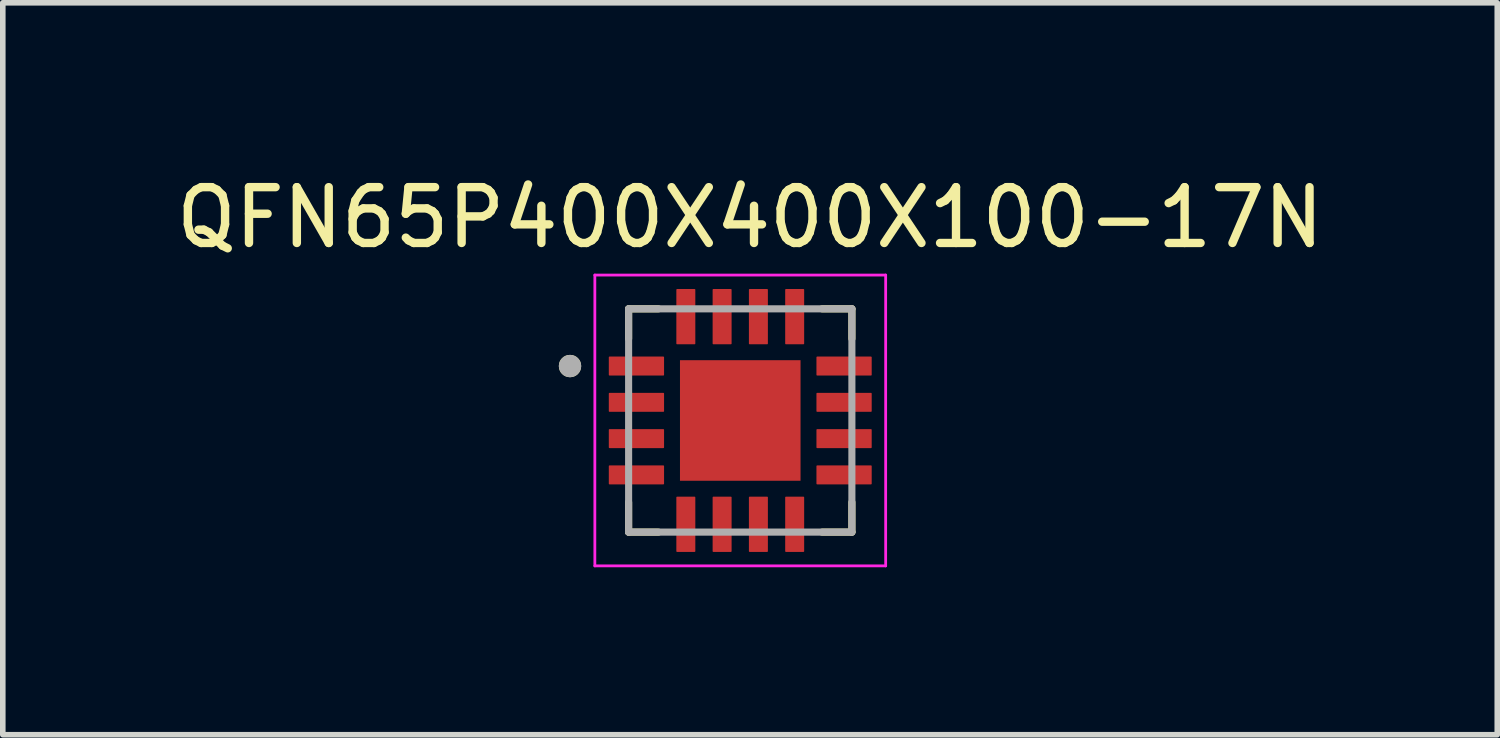
<source format=kicad_pcb>
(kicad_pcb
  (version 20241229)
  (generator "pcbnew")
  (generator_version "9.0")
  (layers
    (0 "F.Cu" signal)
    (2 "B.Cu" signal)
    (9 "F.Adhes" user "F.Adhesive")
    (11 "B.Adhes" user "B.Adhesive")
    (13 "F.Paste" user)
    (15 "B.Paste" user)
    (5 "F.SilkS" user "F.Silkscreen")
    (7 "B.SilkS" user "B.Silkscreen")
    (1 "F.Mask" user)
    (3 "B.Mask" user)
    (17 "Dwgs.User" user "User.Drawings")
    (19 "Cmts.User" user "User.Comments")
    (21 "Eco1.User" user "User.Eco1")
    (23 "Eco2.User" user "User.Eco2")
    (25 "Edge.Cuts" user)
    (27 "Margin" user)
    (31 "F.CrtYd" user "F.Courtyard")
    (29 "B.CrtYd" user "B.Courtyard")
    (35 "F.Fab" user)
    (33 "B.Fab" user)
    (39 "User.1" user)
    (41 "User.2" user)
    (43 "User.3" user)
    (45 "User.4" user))
  (footprint "QFN65P400X400X100-17N"
    (layer "F.Cu")
    (at 10.212 4.483)
    (property "Reference" "QFN65P400X400X100-17N" (at 0.175 -3.635 0) (layer "F.SilkS") (effects (font (size 1 1) (thickness 0.15))))
    (attr through_hole)
    (fp_line (start -2 -2) (end -2 -1.465) (stroke (width 0.127) (type solid)) (layer "F.SilkS"))
    (fp_line (start -2 -2) (end -1.465 -2) (stroke (width 0.127) (type solid)) (layer "F.SilkS"))
    (fp_line (start -2 2) (end -2 1.465) (stroke (width 0.127) (type solid)) (layer "F.SilkS"))
    (fp_line (start -2 2) (end -1.465 2) (stroke (width 0.127) (type solid)) (layer "F.SilkS"))
    (fp_line (start 2 -2) (end 1.465 -2) (stroke (width 0.127) (type solid)) (layer "F.SilkS"))
    (fp_line (start 2 -2) (end 2 -1.465) (stroke (width 0.127) (type solid)) (layer "F.SilkS"))
    (fp_line (start 2 2) (end 1.465 2) (stroke (width 0.127) (type solid)) (layer "F.SilkS"))
    (fp_line (start 2 2) (end 2 1.465) (stroke (width 0.127) (type solid)) (layer "F.SilkS"))
    (fp_circle (center -3.05 -0.975) (end -2.95 -0.975) (stroke (width 0.2) (type solid)) (fill no) (layer "F.SilkS"))
    (fp_poly (pts (xy -0.68 -0.68) (xy 0.68 -0.68) (xy 0.68 0.68) (xy -0.68 0.68)) (stroke (width 0.01) (type solid)) (fill yes) (layer "F.Paste"))
    (fp_line (start -2.605 -2.605) (end 2.605 -2.605) (stroke (width 0.05) (type solid)) (layer "F.CrtYd"))
    (fp_line (start -2.605 2.605) (end -2.605 -2.605) (stroke (width 0.05) (type solid)) (layer "F.CrtYd"))
    (fp_line (start -2.605 2.605) (end 2.605 2.605) (stroke (width 0.05) (type solid)) (layer "F.CrtYd"))
    (fp_line (start 2.605 2.605) (end 2.605 -2.605) (stroke (width 0.05) (type solid)) (layer "F.CrtYd"))
    (fp_line (start -2 2) (end -2 -2) (stroke (width 0.127) (type solid)) (layer "F.Fab"))
    (fp_line (start 2 -2) (end -2 -2) (stroke (width 0.127) (type solid)) (layer "F.Fab"))
    (fp_line (start 2 2) (end -2 2) (stroke (width 0.127) (type solid)) (layer "F.Fab"))
    (fp_line (start 2 2) (end 2 -2) (stroke (width 0.127) (type solid)) (layer "F.Fab"))
    (fp_circle (center -3.05 -0.975) (end -2.95 -0.975) (stroke (width 0.2) (type solid)) (fill no) (layer "F.Fab"))
    (pad "1" smd roundrect (at -1.86 -0.975) (size 0.99 0.34) (layers "F.Cu" "F.Mask" "F.Paste") (roundrect_rratio 0.04))
    (pad "2" smd roundrect (at -1.86 -0.325) (size 0.99 0.34) (layers "F.Cu" "F.Mask" "F.Paste") (roundrect_rratio 0.04))
    (pad "3" smd roundrect (at -1.86 0.325) (size 0.99 0.34) (layers "F.Cu" "F.Mask" "F.Paste") (roundrect_rratio 0.04))
    (pad "4" smd roundrect (at -1.86 0.975) (size 0.99 0.34) (layers "F.Cu" "F.Mask" "F.Paste") (roundrect_rratio 0.04))
    (pad "5" smd roundrect (at -0.975 1.86 90) (size 0.99 0.34) (layers "F.Cu" "F.Mask" "F.Paste") (roundrect_rratio 0.04))
    (pad "6" smd roundrect (at -0.325 1.86 90) (size 0.99 0.34) (layers "F.Cu" "F.Mask" "F.Paste") (roundrect_rratio 0.04))
    (pad "7" smd roundrect (at 0.325 1.86 90) (size 0.99 0.34) (layers "F.Cu" "F.Mask" "F.Paste") (roundrect_rratio 0.04))
    (pad "8" smd roundrect (at 0.975 1.86 90) (size 0.99 0.34) (layers "F.Cu" "F.Mask" "F.Paste") (roundrect_rratio 0.04))
    (pad "9" smd roundrect (at 1.86 0.975) (size 0.99 0.34) (layers "F.Cu" "F.Mask" "F.Paste") (roundrect_rratio 0.04))
    (pad "10" smd roundrect (at 1.86 0.325) (size 0.99 0.34) (layers "F.Cu" "F.Mask" "F.Paste") (roundrect_rratio 0.04))
    (pad "11" smd roundrect (at 1.86 -0.325) (size 0.99 0.34) (layers "F.Cu" "F.Mask" "F.Paste") (roundrect_rratio 0.04))
    (pad "12" smd roundrect (at 1.86 -0.975) (size 0.99 0.34) (layers "F.Cu" "F.Mask" "F.Paste") (roundrect_rratio 0.04))
    (pad "13" smd roundrect (at 0.975 -1.86 90) (size 0.99 0.34) (layers "F.Cu" "F.Mask" "F.Paste") (roundrect_rratio 0.04))
    (pad "14" smd roundrect (at 0.325 -1.86 90) (size 0.99 0.34) (layers "F.Cu" "F.Mask" "F.Paste") (roundrect_rratio 0.04))
    (pad "15" smd roundrect (at -0.325 -1.86 90) (size 0.99 0.34) (layers "F.Cu" "F.Mask" "F.Paste") (roundrect_rratio 0.04))
    (pad "16" smd roundrect (at -0.975 -1.86 90) (size 0.99 0.34) (layers "F.Cu" "F.Mask" "F.Paste") (roundrect_rratio 0.04))
    (pad "17" smd rect (at 0 0) (size 2.16 2.16) (layers "F.Cu" "F.Mask"))
    (zone (net_name "") (layers "F.Cu" "B.Cu") (hatch full 0.508) (connect_pads) (min_thickness 0.01) (filled_areas_thickness no) (keepout (tracks allowed) (vias not_allowed) (pads allowed) (copperpour allowed) (footprints allowed)) (placement (enabled no)) (fill) (polygon (pts (xy 8.192 2.463) (xy 8.912 2.463) (xy 8.912 3.183) (xy 8.192 3.183)))))
  (gr_rect
    (start -3 -3)
    (end 23.774 10.113)
    (stroke (width 0.1) (type default))
    (fill no)
    (layer "Edge.Cuts")))
</source>
